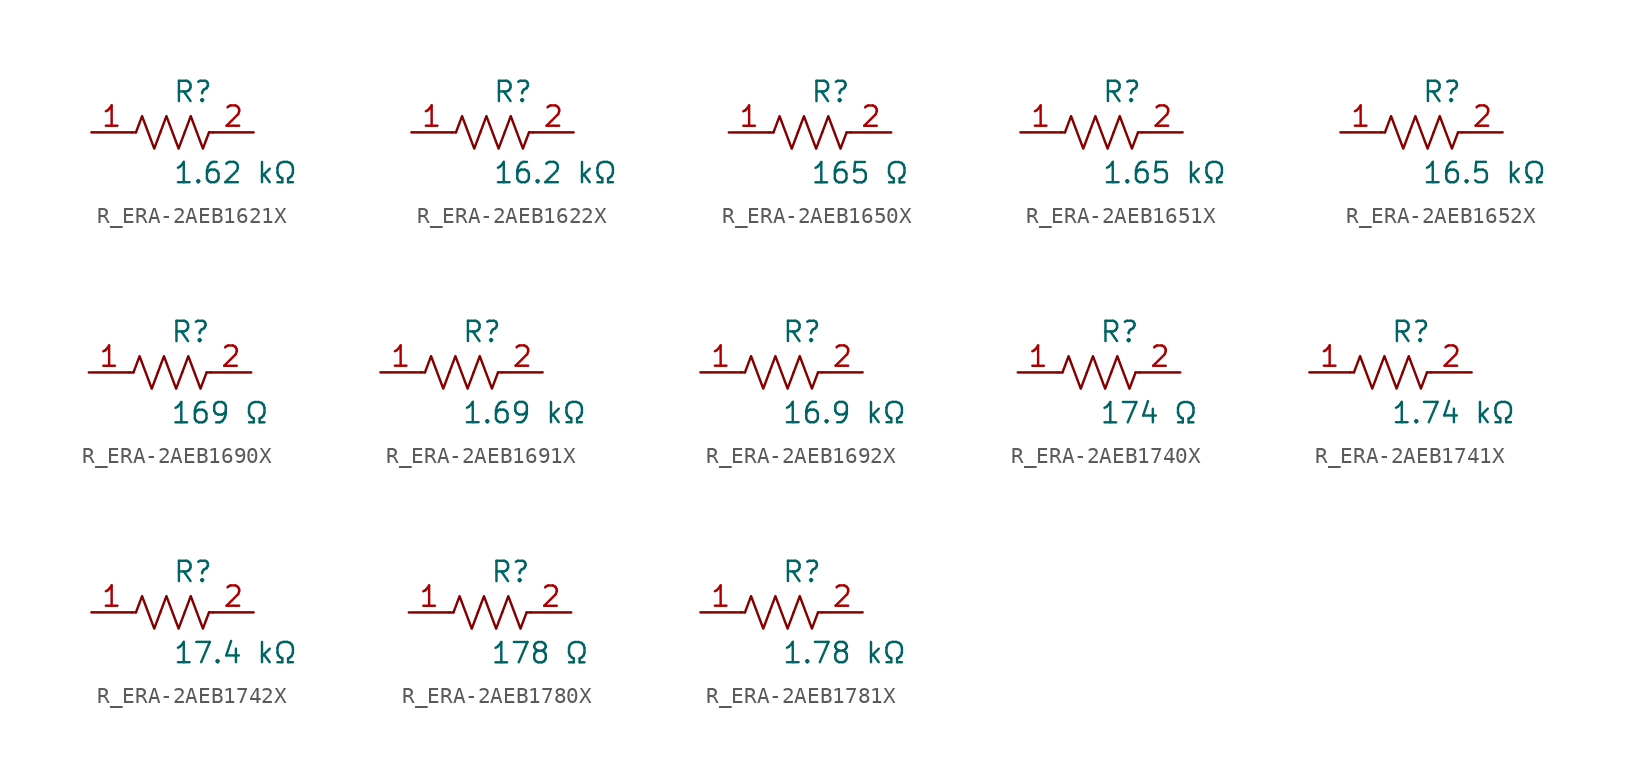
<source format=kicad_sym>
(kicad_symbol_lib
  (version 20231120)
  (generator kicad_symbol_editor)
  (generator_version 8.0)
  (symbol "R_ERA-2AEB1621X"
    (pin_names
      (offset 0.254))
    (property "Reference" "R"
      (at 0.0 2.54 0)
      (effects (font (size 1.27 1.27)) (justify left)))
    (property "Value" "1.62 kΩ"
      (at 0.0 -2.54 0)
      (effects (font (size 1.27 1.27)) (justify left)))
    (symbol "R_ERA-2AEB1621X_0_1"
      (polyline (pts (xy 2.286 0) (xy 2.54 0)) (stroke (width 0) (type default)) (fill (type none)))
      (polyline (pts (xy -2.286 0) (xy -2.54 0)) (stroke (width 0) (type default)) (fill (type none)))
      (polyline (pts (xy 0.762 0) (xy 1.143 1.016) (xy 1.524 0) (xy 1.905 -1.016) (xy 2.286 0)) (stroke (width 0) (type default)) (fill (type none)))
      (polyline (pts (xy -0.762 0) (xy -0.381 1.016) (xy 0 0) (xy 0.381 -1.016) (xy 0.762 0)) (stroke (width 0) (type default)) (fill (type none)))
      (polyline (pts (xy -2.286 0) (xy -1.905 1.016) (xy -1.524 0) (xy -1.143 -1.016) (xy -0.762 0)) (stroke (width 0) (type default)) (fill (type none))))
    (pin unspecified line
      (at -5.08 0 0)
      (length 2.54)
      (name "" (effects (font (size 1.27 1.27))))
      (number "1" (effects (font (size 1.27 1.27)))))
    (pin unspecified line
      (at 5.08 0 180)
      (length 2.54)
      (name "" (effects (font (size 1.27 1.27))))
      (number "2" (effects (font (size 1.27 1.27))))))
  (symbol "R_ERA-2AEB1622X"
    (pin_names
      (offset 0.254))
    (property "Reference" "R"
      (at 0.0 2.54 0)
      (effects (font (size 1.27 1.27)) (justify left)))
    (property "Value" "16.2 kΩ"
      (at 0.0 -2.54 0)
      (effects (font (size 1.27 1.27)) (justify left)))
    (symbol "R_ERA-2AEB1622X_0_1"
      (polyline (pts (xy 2.286 0) (xy 2.54 0)) (stroke (width 0) (type default)) (fill (type none)))
      (polyline (pts (xy -2.286 0) (xy -2.54 0)) (stroke (width 0) (type default)) (fill (type none)))
      (polyline (pts (xy 0.762 0) (xy 1.143 1.016) (xy 1.524 0) (xy 1.905 -1.016) (xy 2.286 0)) (stroke (width 0) (type default)) (fill (type none)))
      (polyline (pts (xy -0.762 0) (xy -0.381 1.016) (xy 0 0) (xy 0.381 -1.016) (xy 0.762 0)) (stroke (width 0) (type default)) (fill (type none)))
      (polyline (pts (xy -2.286 0) (xy -1.905 1.016) (xy -1.524 0) (xy -1.143 -1.016) (xy -0.762 0)) (stroke (width 0) (type default)) (fill (type none))))
    (pin unspecified line
      (at -5.08 0 0)
      (length 2.54)
      (name "" (effects (font (size 1.27 1.27))))
      (number "1" (effects (font (size 1.27 1.27)))))
    (pin unspecified line
      (at 5.08 0 180)
      (length 2.54)
      (name "" (effects (font (size 1.27 1.27))))
      (number "2" (effects (font (size 1.27 1.27))))))
  (symbol "R_ERA-2AEB1650X"
    (pin_names
      (offset 0.254))
    (property "Reference" "R"
      (at 0.0 2.54 0)
      (effects (font (size 1.27 1.27)) (justify left)))
    (property "Value" "165 Ω"
      (at 0.0 -2.54 0)
      (effects (font (size 1.27 1.27)) (justify left)))
    (symbol "R_ERA-2AEB1650X_0_1"
      (polyline (pts (xy 2.286 0) (xy 2.54 0)) (stroke (width 0) (type default)) (fill (type none)))
      (polyline (pts (xy -2.286 0) (xy -2.54 0)) (stroke (width 0) (type default)) (fill (type none)))
      (polyline (pts (xy 0.762 0) (xy 1.143 1.016) (xy 1.524 0) (xy 1.905 -1.016) (xy 2.286 0)) (stroke (width 0) (type default)) (fill (type none)))
      (polyline (pts (xy -0.762 0) (xy -0.381 1.016) (xy 0 0) (xy 0.381 -1.016) (xy 0.762 0)) (stroke (width 0) (type default)) (fill (type none)))
      (polyline (pts (xy -2.286 0) (xy -1.905 1.016) (xy -1.524 0) (xy -1.143 -1.016) (xy -0.762 0)) (stroke (width 0) (type default)) (fill (type none))))
    (pin unspecified line
      (at -5.08 0 0)
      (length 2.54)
      (name "" (effects (font (size 1.27 1.27))))
      (number "1" (effects (font (size 1.27 1.27)))))
    (pin unspecified line
      (at 5.08 0 180)
      (length 2.54)
      (name "" (effects (font (size 1.27 1.27))))
      (number "2" (effects (font (size 1.27 1.27))))))
  (symbol "R_ERA-2AEB1651X"
    (pin_names
      (offset 0.254))
    (property "Reference" "R"
      (at 0.0 2.54 0)
      (effects (font (size 1.27 1.27)) (justify left)))
    (property "Value" "1.65 kΩ"
      (at 0.0 -2.54 0)
      (effects (font (size 1.27 1.27)) (justify left)))
    (symbol "R_ERA-2AEB1651X_0_1"
      (polyline (pts (xy 2.286 0) (xy 2.54 0)) (stroke (width 0) (type default)) (fill (type none)))
      (polyline (pts (xy -2.286 0) (xy -2.54 0)) (stroke (width 0) (type default)) (fill (type none)))
      (polyline (pts (xy 0.762 0) (xy 1.143 1.016) (xy 1.524 0) (xy 1.905 -1.016) (xy 2.286 0)) (stroke (width 0) (type default)) (fill (type none)))
      (polyline (pts (xy -0.762 0) (xy -0.381 1.016) (xy 0 0) (xy 0.381 -1.016) (xy 0.762 0)) (stroke (width 0) (type default)) (fill (type none)))
      (polyline (pts (xy -2.286 0) (xy -1.905 1.016) (xy -1.524 0) (xy -1.143 -1.016) (xy -0.762 0)) (stroke (width 0) (type default)) (fill (type none))))
    (pin unspecified line
      (at -5.08 0 0)
      (length 2.54)
      (name "" (effects (font (size 1.27 1.27))))
      (number "1" (effects (font (size 1.27 1.27)))))
    (pin unspecified line
      (at 5.08 0 180)
      (length 2.54)
      (name "" (effects (font (size 1.27 1.27))))
      (number "2" (effects (font (size 1.27 1.27))))))
  (symbol "R_ERA-2AEB1652X"
    (pin_names
      (offset 0.254))
    (property "Reference" "R"
      (at 0.0 2.54 0)
      (effects (font (size 1.27 1.27)) (justify left)))
    (property "Value" "16.5 kΩ"
      (at 0.0 -2.54 0)
      (effects (font (size 1.27 1.27)) (justify left)))
    (symbol "R_ERA-2AEB1652X_0_1"
      (polyline (pts (xy 2.286 0) (xy 2.54 0)) (stroke (width 0) (type default)) (fill (type none)))
      (polyline (pts (xy -2.286 0) (xy -2.54 0)) (stroke (width 0) (type default)) (fill (type none)))
      (polyline (pts (xy 0.762 0) (xy 1.143 1.016) (xy 1.524 0) (xy 1.905 -1.016) (xy 2.286 0)) (stroke (width 0) (type default)) (fill (type none)))
      (polyline (pts (xy -0.762 0) (xy -0.381 1.016) (xy 0 0) (xy 0.381 -1.016) (xy 0.762 0)) (stroke (width 0) (type default)) (fill (type none)))
      (polyline (pts (xy -2.286 0) (xy -1.905 1.016) (xy -1.524 0) (xy -1.143 -1.016) (xy -0.762 0)) (stroke (width 0) (type default)) (fill (type none))))
    (pin unspecified line
      (at -5.08 0 0)
      (length 2.54)
      (name "" (effects (font (size 1.27 1.27))))
      (number "1" (effects (font (size 1.27 1.27)))))
    (pin unspecified line
      (at 5.08 0 180)
      (length 2.54)
      (name "" (effects (font (size 1.27 1.27))))
      (number "2" (effects (font (size 1.27 1.27))))))
  (symbol "R_ERA-2AEB1690X"
    (pin_names
      (offset 0.254))
    (property "Reference" "R"
      (at 0.0 2.54 0)
      (effects (font (size 1.27 1.27)) (justify left)))
    (property "Value" "169 Ω"
      (at 0.0 -2.54 0)
      (effects (font (size 1.27 1.27)) (justify left)))
    (symbol "R_ERA-2AEB1690X_0_1"
      (polyline (pts (xy 2.286 0) (xy 2.54 0)) (stroke (width 0) (type default)) (fill (type none)))
      (polyline (pts (xy -2.286 0) (xy -2.54 0)) (stroke (width 0) (type default)) (fill (type none)))
      (polyline (pts (xy 0.762 0) (xy 1.143 1.016) (xy 1.524 0) (xy 1.905 -1.016) (xy 2.286 0)) (stroke (width 0) (type default)) (fill (type none)))
      (polyline (pts (xy -0.762 0) (xy -0.381 1.016) (xy 0 0) (xy 0.381 -1.016) (xy 0.762 0)) (stroke (width 0) (type default)) (fill (type none)))
      (polyline (pts (xy -2.286 0) (xy -1.905 1.016) (xy -1.524 0) (xy -1.143 -1.016) (xy -0.762 0)) (stroke (width 0) (type default)) (fill (type none))))
    (pin unspecified line
      (at -5.08 0 0)
      (length 2.54)
      (name "" (effects (font (size 1.27 1.27))))
      (number "1" (effects (font (size 1.27 1.27)))))
    (pin unspecified line
      (at 5.08 0 180)
      (length 2.54)
      (name "" (effects (font (size 1.27 1.27))))
      (number "2" (effects (font (size 1.27 1.27))))))
  (symbol "R_ERA-2AEB1691X"
    (pin_names
      (offset 0.254))
    (property "Reference" "R"
      (at 0.0 2.54 0)
      (effects (font (size 1.27 1.27)) (justify left)))
    (property "Value" "1.69 kΩ"
      (at 0.0 -2.54 0)
      (effects (font (size 1.27 1.27)) (justify left)))
    (symbol "R_ERA-2AEB1691X_0_1"
      (polyline (pts (xy 2.286 0) (xy 2.54 0)) (stroke (width 0) (type default)) (fill (type none)))
      (polyline (pts (xy -2.286 0) (xy -2.54 0)) (stroke (width 0) (type default)) (fill (type none)))
      (polyline (pts (xy 0.762 0) (xy 1.143 1.016) (xy 1.524 0) (xy 1.905 -1.016) (xy 2.286 0)) (stroke (width 0) (type default)) (fill (type none)))
      (polyline (pts (xy -0.762 0) (xy -0.381 1.016) (xy 0 0) (xy 0.381 -1.016) (xy 0.762 0)) (stroke (width 0) (type default)) (fill (type none)))
      (polyline (pts (xy -2.286 0) (xy -1.905 1.016) (xy -1.524 0) (xy -1.143 -1.016) (xy -0.762 0)) (stroke (width 0) (type default)) (fill (type none))))
    (pin unspecified line
      (at -5.08 0 0)
      (length 2.54)
      (name "" (effects (font (size 1.27 1.27))))
      (number "1" (effects (font (size 1.27 1.27)))))
    (pin unspecified line
      (at 5.08 0 180)
      (length 2.54)
      (name "" (effects (font (size 1.27 1.27))))
      (number "2" (effects (font (size 1.27 1.27))))))
  (symbol "R_ERA-2AEB1692X"
    (pin_names
      (offset 0.254))
    (property "Reference" "R"
      (at 0.0 2.54 0)
      (effects (font (size 1.27 1.27)) (justify left)))
    (property "Value" "16.9 kΩ"
      (at 0.0 -2.54 0)
      (effects (font (size 1.27 1.27)) (justify left)))
    (symbol "R_ERA-2AEB1692X_0_1"
      (polyline (pts (xy 2.286 0) (xy 2.54 0)) (stroke (width 0) (type default)) (fill (type none)))
      (polyline (pts (xy -2.286 0) (xy -2.54 0)) (stroke (width 0) (type default)) (fill (type none)))
      (polyline (pts (xy 0.762 0) (xy 1.143 1.016) (xy 1.524 0) (xy 1.905 -1.016) (xy 2.286 0)) (stroke (width 0) (type default)) (fill (type none)))
      (polyline (pts (xy -0.762 0) (xy -0.381 1.016) (xy 0 0) (xy 0.381 -1.016) (xy 0.762 0)) (stroke (width 0) (type default)) (fill (type none)))
      (polyline (pts (xy -2.286 0) (xy -1.905 1.016) (xy -1.524 0) (xy -1.143 -1.016) (xy -0.762 0)) (stroke (width 0) (type default)) (fill (type none))))
    (pin unspecified line
      (at -5.08 0 0)
      (length 2.54)
      (name "" (effects (font (size 1.27 1.27))))
      (number "1" (effects (font (size 1.27 1.27)))))
    (pin unspecified line
      (at 5.08 0 180)
      (length 2.54)
      (name "" (effects (font (size 1.27 1.27))))
      (number "2" (effects (font (size 1.27 1.27))))))
  (symbol "R_ERA-2AEB1740X"
    (pin_names
      (offset 0.254))
    (property "Reference" "R"
      (at 0.0 2.54 0)
      (effects (font (size 1.27 1.27)) (justify left)))
    (property "Value" "174 Ω"
      (at 0.0 -2.54 0)
      (effects (font (size 1.27 1.27)) (justify left)))
    (symbol "R_ERA-2AEB1740X_0_1"
      (polyline (pts (xy 2.286 0) (xy 2.54 0)) (stroke (width 0) (type default)) (fill (type none)))
      (polyline (pts (xy -2.286 0) (xy -2.54 0)) (stroke (width 0) (type default)) (fill (type none)))
      (polyline (pts (xy 0.762 0) (xy 1.143 1.016) (xy 1.524 0) (xy 1.905 -1.016) (xy 2.286 0)) (stroke (width 0) (type default)) (fill (type none)))
      (polyline (pts (xy -0.762 0) (xy -0.381 1.016) (xy 0 0) (xy 0.381 -1.016) (xy 0.762 0)) (stroke (width 0) (type default)) (fill (type none)))
      (polyline (pts (xy -2.286 0) (xy -1.905 1.016) (xy -1.524 0) (xy -1.143 -1.016) (xy -0.762 0)) (stroke (width 0) (type default)) (fill (type none))))
    (pin unspecified line
      (at -5.08 0 0)
      (length 2.54)
      (name "" (effects (font (size 1.27 1.27))))
      (number "1" (effects (font (size 1.27 1.27)))))
    (pin unspecified line
      (at 5.08 0 180)
      (length 2.54)
      (name "" (effects (font (size 1.27 1.27))))
      (number "2" (effects (font (size 1.27 1.27))))))
  (symbol "R_ERA-2AEB1741X"
    (pin_names
      (offset 0.254))
    (property "Reference" "R"
      (at 0.0 2.54 0)
      (effects (font (size 1.27 1.27)) (justify left)))
    (property "Value" "1.74 kΩ"
      (at 0.0 -2.54 0)
      (effects (font (size 1.27 1.27)) (justify left)))
    (symbol "R_ERA-2AEB1741X_0_1"
      (polyline (pts (xy 2.286 0) (xy 2.54 0)) (stroke (width 0) (type default)) (fill (type none)))
      (polyline (pts (xy -2.286 0) (xy -2.54 0)) (stroke (width 0) (type default)) (fill (type none)))
      (polyline (pts (xy 0.762 0) (xy 1.143 1.016) (xy 1.524 0) (xy 1.905 -1.016) (xy 2.286 0)) (stroke (width 0) (type default)) (fill (type none)))
      (polyline (pts (xy -0.762 0) (xy -0.381 1.016) (xy 0 0) (xy 0.381 -1.016) (xy 0.762 0)) (stroke (width 0) (type default)) (fill (type none)))
      (polyline (pts (xy -2.286 0) (xy -1.905 1.016) (xy -1.524 0) (xy -1.143 -1.016) (xy -0.762 0)) (stroke (width 0) (type default)) (fill (type none))))
    (pin unspecified line
      (at -5.08 0 0)
      (length 2.54)
      (name "" (effects (font (size 1.27 1.27))))
      (number "1" (effects (font (size 1.27 1.27)))))
    (pin unspecified line
      (at 5.08 0 180)
      (length 2.54)
      (name "" (effects (font (size 1.27 1.27))))
      (number "2" (effects (font (size 1.27 1.27))))))
  (symbol "R_ERA-2AEB1742X"
    (pin_names
      (offset 0.254))
    (property "Reference" "R"
      (at 0.0 2.54 0)
      (effects (font (size 1.27 1.27)) (justify left)))
    (property "Value" "17.4 kΩ"
      (at 0.0 -2.54 0)
      (effects (font (size 1.27 1.27)) (justify left)))
    (symbol "R_ERA-2AEB1742X_0_1"
      (polyline (pts (xy 2.286 0) (xy 2.54 0)) (stroke (width 0) (type default)) (fill (type none)))
      (polyline (pts (xy -2.286 0) (xy -2.54 0)) (stroke (width 0) (type default)) (fill (type none)))
      (polyline (pts (xy 0.762 0) (xy 1.143 1.016) (xy 1.524 0) (xy 1.905 -1.016) (xy 2.286 0)) (stroke (width 0) (type default)) (fill (type none)))
      (polyline (pts (xy -0.762 0) (xy -0.381 1.016) (xy 0 0) (xy 0.381 -1.016) (xy 0.762 0)) (stroke (width 0) (type default)) (fill (type none)))
      (polyline (pts (xy -2.286 0) (xy -1.905 1.016) (xy -1.524 0) (xy -1.143 -1.016) (xy -0.762 0)) (stroke (width 0) (type default)) (fill (type none))))
    (pin unspecified line
      (at -5.08 0 0)
      (length 2.54)
      (name "" (effects (font (size 1.27 1.27))))
      (number "1" (effects (font (size 1.27 1.27)))))
    (pin unspecified line
      (at 5.08 0 180)
      (length 2.54)
      (name "" (effects (font (size 1.27 1.27))))
      (number "2" (effects (font (size 1.27 1.27))))))
  (symbol "R_ERA-2AEB1780X"
    (pin_names
      (offset 0.254))
    (property "Reference" "R"
      (at 0.0 2.54 0)
      (effects (font (size 1.27 1.27)) (justify left)))
    (property "Value" "178 Ω"
      (at 0.0 -2.54 0)
      (effects (font (size 1.27 1.27)) (justify left)))
    (symbol "R_ERA-2AEB1780X_0_1"
      (polyline (pts (xy 2.286 0) (xy 2.54 0)) (stroke (width 0) (type default)) (fill (type none)))
      (polyline (pts (xy -2.286 0) (xy -2.54 0)) (stroke (width 0) (type default)) (fill (type none)))
      (polyline (pts (xy 0.762 0) (xy 1.143 1.016) (xy 1.524 0) (xy 1.905 -1.016) (xy 2.286 0)) (stroke (width 0) (type default)) (fill (type none)))
      (polyline (pts (xy -0.762 0) (xy -0.381 1.016) (xy 0 0) (xy 0.381 -1.016) (xy 0.762 0)) (stroke (width 0) (type default)) (fill (type none)))
      (polyline (pts (xy -2.286 0) (xy -1.905 1.016) (xy -1.524 0) (xy -1.143 -1.016) (xy -0.762 0)) (stroke (width 0) (type default)) (fill (type none))))
    (pin unspecified line
      (at -5.08 0 0)
      (length 2.54)
      (name "" (effects (font (size 1.27 1.27))))
      (number "1" (effects (font (size 1.27 1.27)))))
    (pin unspecified line
      (at 5.08 0 180)
      (length 2.54)
      (name "" (effects (font (size 1.27 1.27))))
      (number "2" (effects (font (size 1.27 1.27))))))
  (symbol "R_ERA-2AEB1781X"
    (pin_names
      (offset 0.254))
    (property "Reference" "R"
      (at 0.0 2.54 0)
      (effects (font (size 1.27 1.27)) (justify left)))
    (property "Value" "1.78 kΩ"
      (at 0.0 -2.54 0)
      (effects (font (size 1.27 1.27)) (justify left)))
    (symbol "R_ERA-2AEB1781X_0_1"
      (polyline (pts (xy 2.286 0) (xy 2.54 0)) (stroke (width 0) (type default)) (fill (type none)))
      (polyline (pts (xy -2.286 0) (xy -2.54 0)) (stroke (width 0) (type default)) (fill (type none)))
      (polyline (pts (xy 0.762 0) (xy 1.143 1.016) (xy 1.524 0) (xy 1.905 -1.016) (xy 2.286 0)) (stroke (width 0) (type default)) (fill (type none)))
      (polyline (pts (xy -0.762 0) (xy -0.381 1.016) (xy 0 0) (xy 0.381 -1.016) (xy 0.762 0)) (stroke (width 0) (type default)) (fill (type none)))
      (polyline (pts (xy -2.286 0) (xy -1.905 1.016) (xy -1.524 0) (xy -1.143 -1.016) (xy -0.762 0)) (stroke (width 0) (type default)) (fill (type none))))
    (pin unspecified line
      (at -5.08 0 0)
      (length 2.54)
      (name "" (effects (font (size 1.27 1.27))))
      (number "1" (effects (font (size 1.27 1.27)))))
    (pin unspecified line
      (at 5.08 0 180)
      (length 2.54)
      (name "" (effects (font (size 1.27 1.27))))
      (number "2" (effects (font (size 1.27 1.27)))))))
</source>
